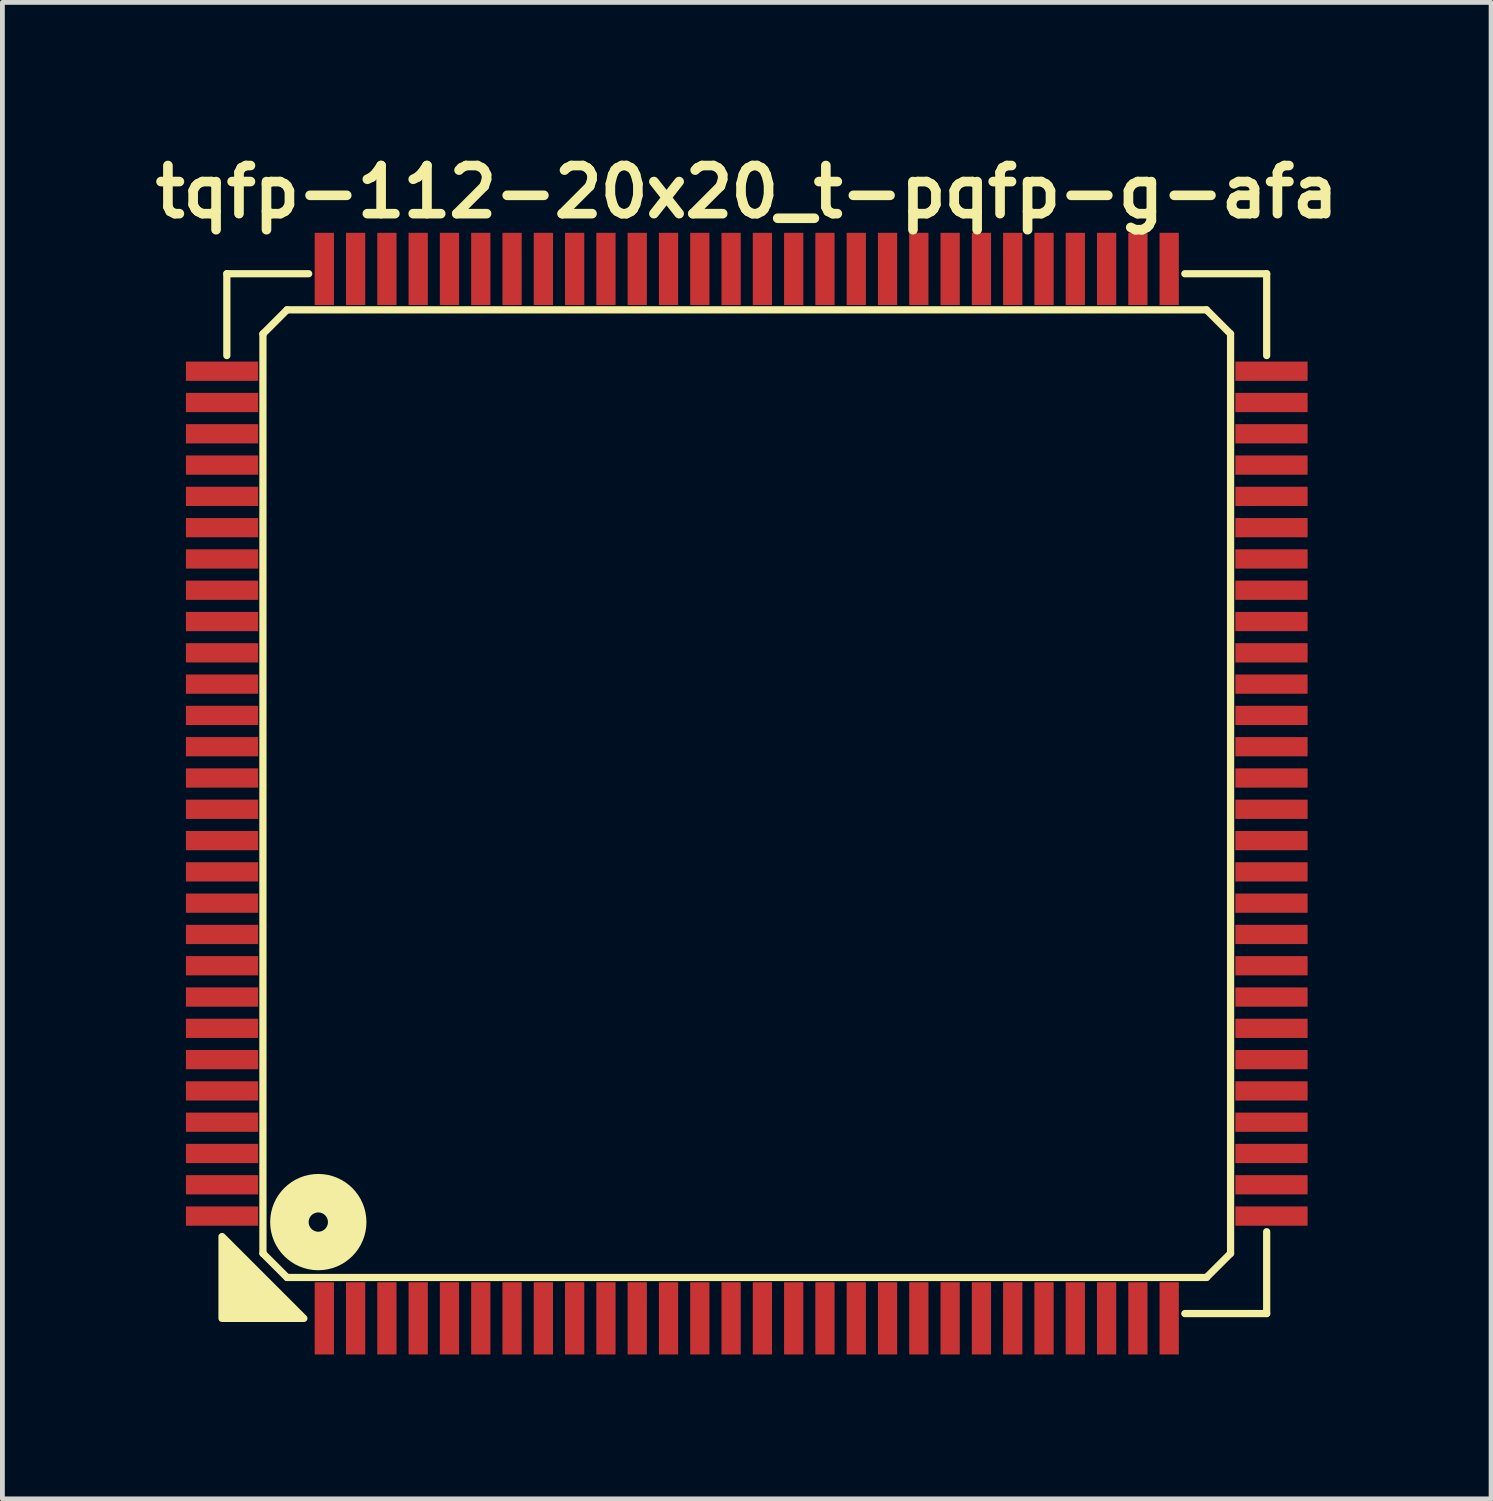
<source format=kicad_pcb>
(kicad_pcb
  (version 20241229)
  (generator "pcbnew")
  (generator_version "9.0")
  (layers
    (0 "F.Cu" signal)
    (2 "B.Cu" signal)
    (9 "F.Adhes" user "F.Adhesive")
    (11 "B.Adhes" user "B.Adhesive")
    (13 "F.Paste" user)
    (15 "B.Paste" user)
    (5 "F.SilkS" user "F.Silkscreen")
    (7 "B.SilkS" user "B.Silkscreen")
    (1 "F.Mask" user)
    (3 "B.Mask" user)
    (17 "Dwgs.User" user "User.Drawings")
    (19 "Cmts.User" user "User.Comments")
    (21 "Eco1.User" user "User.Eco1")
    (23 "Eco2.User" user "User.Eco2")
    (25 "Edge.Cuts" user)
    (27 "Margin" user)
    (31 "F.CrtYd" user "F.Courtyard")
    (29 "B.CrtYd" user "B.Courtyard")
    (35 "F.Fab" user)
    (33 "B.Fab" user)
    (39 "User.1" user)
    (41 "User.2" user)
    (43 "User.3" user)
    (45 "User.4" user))
  (footprint "tqfp-112-20x20_t-pqfp-g-afa"
    (layer "F.Cu")
    (at 12.462 13.436)
    (property "Reference" "tqfp-112-20x20_t-pqfp-g-afa" (at 0 -12.5 0) (layer "F.SilkS") (effects (font (size 1 1) (thickness 0.2))))
    (attr smd)
    (fp_line (start -10.8 -10.8) (end -9.1 -10.8) (stroke (width 0.15) (type solid)) (layer "F.SilkS"))
    (fp_line (start -10.8 -9.1) (end -10.8 -10.8) (stroke (width 0.15) (type solid)) (layer "F.SilkS"))
    (fp_line (start -10.05 -9.55) (end -9.55 -10.05) (stroke (width 0.15) (type solid)) (layer "F.SilkS"))
    (fp_line (start -10.05 9.55) (end -10.05 -9.55) (stroke (width 0.15) (type solid)) (layer "F.SilkS"))
    (fp_line (start -9.55 -10.05) (end 9.55 -10.05) (stroke (width 0.15) (type solid)) (layer "F.SilkS"))
    (fp_line (start -9.55 10.05) (end -10.05 9.55) (stroke (width 0.15) (type solid)) (layer "F.SilkS"))
    (fp_line (start 9.1 -10.8) (end 10.8 -10.8) (stroke (width 0.15) (type solid)) (layer "F.SilkS"))
    (fp_line (start 9.55 -10.05) (end 10.05 -9.55) (stroke (width 0.15) (type solid)) (layer "F.SilkS"))
    (fp_line (start 9.55 10.05) (end -9.55 10.05) (stroke (width 0.15) (type solid)) (layer "F.SilkS"))
    (fp_line (start 10.05 -9.55) (end 10.05 9.55) (stroke (width 0.15) (type solid)) (layer "F.SilkS"))
    (fp_line (start 10.05 9.55) (end 9.55 10.05) (stroke (width 0.15) (type solid)) (layer "F.SilkS"))
    (fp_line (start 10.8 -10.8) (end 10.8 -9.1) (stroke (width 0.15) (type solid)) (layer "F.SilkS"))
    (fp_line (start 10.8 9.1) (end 10.8 10.8) (stroke (width 0.15) (type solid)) (layer "F.SilkS"))
    (fp_line (start 10.8 10.8) (end 9.1 10.8) (stroke (width 0.15) (type solid)) (layer "F.SilkS"))
    (fp_circle (center -8.9 8.9) (end -8.7 8.9) (stroke (width 0.8) (type solid)) (fill no) (layer "F.SilkS"))
    (fp_poly (pts (xy -9.2 10.9) (xy -10.9 10.9) (xy -10.9 9.2)) (stroke (width 0.15) (type solid)) (fill yes) (layer "F.SilkS"))
    (pad "1" smd rect (at -8.775 10.9) (size 0.4 1.5) (layers "F.Cu" "F.Mask" "F.Paste"))
    (pad "2" smd rect (at -8.125 10.9) (size 0.4 1.5) (layers "F.Cu" "F.Mask" "F.Paste"))
    (pad "3" smd rect (at -7.475 10.9) (size 0.4 1.5) (layers "F.Cu" "F.Mask" "F.Paste"))
    (pad "4" smd rect (at -6.825 10.9) (size 0.4 1.5) (layers "F.Cu" "F.Mask" "F.Paste"))
    (pad "5" smd rect (at -6.175 10.9) (size 0.4 1.5) (layers "F.Cu" "F.Mask" "F.Paste"))
    (pad "6" smd rect (at -5.525 10.9) (size 0.4 1.5) (layers "F.Cu" "F.Mask" "F.Paste"))
    (pad "7" smd rect (at -4.875 10.9) (size 0.4 1.5) (layers "F.Cu" "F.Mask" "F.Paste"))
    (pad "8" smd rect (at -4.225 10.9) (size 0.4 1.5) (layers "F.Cu" "F.Mask" "F.Paste"))
    (pad "9" smd rect (at -3.575 10.9) (size 0.4 1.5) (layers "F.Cu" "F.Mask" "F.Paste"))
    (pad "10" smd rect (at -2.925 10.9) (size 0.4 1.5) (layers "F.Cu" "F.Mask" "F.Paste"))
    (pad "11" smd rect (at -2.275 10.9) (size 0.4 1.5) (layers "F.Cu" "F.Mask" "F.Paste"))
    (pad "12" smd rect (at -1.625 10.9) (size 0.4 1.5) (layers "F.Cu" "F.Mask" "F.Paste"))
    (pad "13" smd rect (at -0.975 10.9) (size 0.4 1.5) (layers "F.Cu" "F.Mask" "F.Paste"))
    (pad "14" smd rect (at -0.325 10.9) (size 0.4 1.5) (layers "F.Cu" "F.Mask" "F.Paste"))
    (pad "15" smd rect (at 0.325 10.9) (size 0.4 1.5) (layers "F.Cu" "F.Mask" "F.Paste"))
    (pad "16" smd rect (at 0.975 10.9) (size 0.4 1.5) (layers "F.Cu" "F.Mask" "F.Paste"))
    (pad "17" smd rect (at 1.625 10.9) (size 0.4 1.5) (layers "F.Cu" "F.Mask" "F.Paste"))
    (pad "18" smd rect (at 2.275 10.9) (size 0.4 1.5) (layers "F.Cu" "F.Mask" "F.Paste"))
    (pad "19" smd rect (at 2.925 10.9) (size 0.4 1.5) (layers "F.Cu" "F.Mask" "F.Paste"))
    (pad "20" smd rect (at 3.575 10.9) (size 0.4 1.5) (layers "F.Cu" "F.Mask" "F.Paste"))
    (pad "21" smd rect (at 4.225 10.9) (size 0.4 1.5) (layers "F.Cu" "F.Mask" "F.Paste"))
    (pad "22" smd rect (at 4.875 10.9) (size 0.4 1.5) (layers "F.Cu" "F.Mask" "F.Paste"))
    (pad "23" smd rect (at 5.525 10.9) (size 0.4 1.5) (layers "F.Cu" "F.Mask" "F.Paste"))
    (pad "24" smd rect (at 6.175 10.9) (size 0.4 1.5) (layers "F.Cu" "F.Mask" "F.Paste"))
    (pad "25" smd rect (at 6.825 10.9) (size 0.4 1.5) (layers "F.Cu" "F.Mask" "F.Paste"))
    (pad "26" smd rect (at 7.475 10.9) (size 0.4 1.5) (layers "F.Cu" "F.Mask" "F.Paste"))
    (pad "27" smd rect (at 8.125 10.9) (size 0.4 1.5) (layers "F.Cu" "F.Mask" "F.Paste"))
    (pad "28" smd rect (at 8.775 10.9) (size 0.4 1.5) (layers "F.Cu" "F.Mask" "F.Paste"))
    (pad "29" smd rect (at 10.9 8.775) (size 1.5 0.4) (layers "F.Cu" "F.Mask" "F.Paste"))
    (pad "30" smd rect (at 10.9 8.125) (size 1.5 0.4) (layers "F.Cu" "F.Mask" "F.Paste"))
    (pad "31" smd rect (at 10.9 7.475) (size 1.5 0.4) (layers "F.Cu" "F.Mask" "F.Paste"))
    (pad "32" smd rect (at 10.9 6.825) (size 1.5 0.4) (layers "F.Cu" "F.Mask" "F.Paste"))
    (pad "33" smd rect (at 10.9 6.175) (size 1.5 0.4) (layers "F.Cu" "F.Mask" "F.Paste"))
    (pad "34" smd rect (at 10.9 5.525) (size 1.5 0.4) (layers "F.Cu" "F.Mask" "F.Paste"))
    (pad "35" smd rect (at 10.9 4.875) (size 1.5 0.4) (layers "F.Cu" "F.Mask" "F.Paste"))
    (pad "36" smd rect (at 10.9 4.225) (size 1.5 0.4) (layers "F.Cu" "F.Mask" "F.Paste"))
    (pad "37" smd rect (at 10.9 3.575) (size 1.5 0.4) (layers "F.Cu" "F.Mask" "F.Paste"))
    (pad "38" smd rect (at 10.9 2.925) (size 1.5 0.4) (layers "F.Cu" "F.Mask" "F.Paste"))
    (pad "39" smd rect (at 10.9 2.275) (size 1.5 0.4) (layers "F.Cu" "F.Mask" "F.Paste"))
    (pad "40" smd rect (at 10.9 1.625) (size 1.5 0.4) (layers "F.Cu" "F.Mask" "F.Paste"))
    (pad "41" smd rect (at 10.9 0.975) (size 1.5 0.4) (layers "F.Cu" "F.Mask" "F.Paste"))
    (pad "42" smd rect (at 10.9 0.325) (size 1.5 0.4) (layers "F.Cu" "F.Mask" "F.Paste"))
    (pad "43" smd rect (at 10.9 -0.325) (size 1.5 0.4) (layers "F.Cu" "F.Mask" "F.Paste"))
    (pad "44" smd rect (at 10.9 -0.975) (size 1.5 0.4) (layers "F.Cu" "F.Mask" "F.Paste"))
    (pad "45" smd rect (at 10.9 -1.625) (size 1.5 0.4) (layers "F.Cu" "F.Mask" "F.Paste"))
    (pad "46" smd rect (at 10.9 -2.275) (size 1.5 0.4) (layers "F.Cu" "F.Mask" "F.Paste"))
    (pad "47" smd rect (at 10.9 -2.925) (size 1.5 0.4) (layers "F.Cu" "F.Mask" "F.Paste"))
    (pad "48" smd rect (at 10.9 -3.575) (size 1.5 0.4) (layers "F.Cu" "F.Mask" "F.Paste"))
    (pad "49" smd rect (at 10.9 -4.225) (size 1.5 0.4) (layers "F.Cu" "F.Mask" "F.Paste"))
    (pad "50" smd rect (at 10.9 -4.875) (size 1.5 0.4) (layers "F.Cu" "F.Mask" "F.Paste"))
    (pad "51" smd rect (at 10.9 -5.525) (size 1.5 0.4) (layers "F.Cu" "F.Mask" "F.Paste"))
    (pad "52" smd rect (at 10.9 -6.175) (size 1.5 0.4) (layers "F.Cu" "F.Mask" "F.Paste"))
    (pad "53" smd rect (at 10.9 -6.825) (size 1.5 0.4) (layers "F.Cu" "F.Mask" "F.Paste"))
    (pad "54" smd rect (at 10.9 -7.475) (size 1.5 0.4) (layers "F.Cu" "F.Mask" "F.Paste"))
    (pad "55" smd rect (at 10.9 -8.125) (size 1.5 0.4) (layers "F.Cu" "F.Mask" "F.Paste"))
    (pad "56" smd rect (at 10.9 -8.775) (size 1.5 0.4) (layers "F.Cu" "F.Mask" "F.Paste"))
    (pad "57" smd rect (at 8.775 -10.9) (size 0.4 1.5) (layers "F.Cu" "F.Mask" "F.Paste"))
    (pad "58" smd rect (at 8.125 -10.9) (size 0.4 1.5) (layers "F.Cu" "F.Mask" "F.Paste"))
    (pad "59" smd rect (at 7.475 -10.9) (size 0.4 1.5) (layers "F.Cu" "F.Mask" "F.Paste"))
    (pad "60" smd rect (at 6.825 -10.9) (size 0.4 1.5) (layers "F.Cu" "F.Mask" "F.Paste"))
    (pad "61" smd rect (at 6.175 -10.9) (size 0.4 1.5) (layers "F.Cu" "F.Mask" "F.Paste"))
    (pad "62" smd rect (at 5.525 -10.9) (size 0.4 1.5) (layers "F.Cu" "F.Mask" "F.Paste"))
    (pad "63" smd rect (at 4.875 -10.9) (size 0.4 1.5) (layers "F.Cu" "F.Mask" "F.Paste"))
    (pad "64" smd rect (at 4.225 -10.9) (size 0.4 1.5) (layers "F.Cu" "F.Mask" "F.Paste"))
    (pad "65" smd rect (at 3.575 -10.9) (size 0.4 1.5) (layers "F.Cu" "F.Mask" "F.Paste"))
    (pad "66" smd rect (at 2.925 -10.9) (size 0.4 1.5) (layers "F.Cu" "F.Mask" "F.Paste"))
    (pad "67" smd rect (at 2.275 -10.9) (size 0.4 1.5) (layers "F.Cu" "F.Mask" "F.Paste"))
    (pad "68" smd rect (at 1.625 -10.9) (size 0.4 1.5) (layers "F.Cu" "F.Mask" "F.Paste"))
    (pad "69" smd rect (at 0.975 -10.9) (size 0.4 1.5) (layers "F.Cu" "F.Mask" "F.Paste"))
    (pad "70" smd rect (at 0.325 -10.9) (size 0.4 1.5) (layers "F.Cu" "F.Mask" "F.Paste"))
    (pad "71" smd rect (at -0.325 -10.9) (size 0.4 1.5) (layers "F.Cu" "F.Mask" "F.Paste"))
    (pad "72" smd rect (at -0.975 -10.9) (size 0.4 1.5) (layers "F.Cu" "F.Mask" "F.Paste"))
    (pad "73" smd rect (at -1.625 -10.9) (size 0.4 1.5) (layers "F.Cu" "F.Mask" "F.Paste"))
    (pad "74" smd rect (at -2.275 -10.9) (size 0.4 1.5) (layers "F.Cu" "F.Mask" "F.Paste"))
    (pad "75" smd rect (at -2.925 -10.9) (size 0.4 1.5) (layers "F.Cu" "F.Mask" "F.Paste"))
    (pad "76" smd rect (at -3.575 -10.9) (size 0.4 1.5) (layers "F.Cu" "F.Mask" "F.Paste"))
    (pad "77" smd rect (at -4.225 -10.9) (size 0.4 1.5) (layers "F.Cu" "F.Mask" "F.Paste"))
    (pad "78" smd rect (at -4.875 -10.9) (size 0.4 1.5) (layers "F.Cu" "F.Mask" "F.Paste"))
    (pad "79" smd rect (at -5.525 -10.9) (size 0.4 1.5) (layers "F.Cu" "F.Mask" "F.Paste"))
    (pad "80" smd rect (at -6.175 -10.9) (size 0.4 1.5) (layers "F.Cu" "F.Mask" "F.Paste"))
    (pad "81" smd rect (at -6.825 -10.9) (size 0.4 1.5) (layers "F.Cu" "F.Mask" "F.Paste"))
    (pad "82" smd rect (at -7.475 -10.9) (size 0.4 1.5) (layers "F.Cu" "F.Mask" "F.Paste"))
    (pad "83" smd rect (at -8.125 -10.9) (size 0.4 1.5) (layers "F.Cu" "F.Mask" "F.Paste"))
    (pad "84" smd rect (at -8.775 -10.9) (size 0.4 1.5) (layers "F.Cu" "F.Mask" "F.Paste"))
    (pad "85" smd rect (at -10.9 -8.775) (size 1.5 0.4) (layers "F.Cu" "F.Mask" "F.Paste"))
    (pad "86" smd rect (at -10.9 -8.125) (size 1.5 0.4) (layers "F.Cu" "F.Mask" "F.Paste"))
    (pad "87" smd rect (at -10.9 -7.475) (size 1.5 0.4) (layers "F.Cu" "F.Mask" "F.Paste"))
    (pad "88" smd rect (at -10.9 -6.825) (size 1.5 0.4) (layers "F.Cu" "F.Mask" "F.Paste"))
    (pad "89" smd rect (at -10.9 -6.175) (size 1.5 0.4) (layers "F.Cu" "F.Mask" "F.Paste"))
    (pad "90" smd rect (at -10.9 -5.525) (size 1.5 0.4) (layers "F.Cu" "F.Mask" "F.Paste"))
    (pad "91" smd rect (at -10.9 -4.875) (size 1.5 0.4) (layers "F.Cu" "F.Mask" "F.Paste"))
    (pad "92" smd rect (at -10.9 -4.225) (size 1.5 0.4) (layers "F.Cu" "F.Mask" "F.Paste"))
    (pad "93" smd rect (at -10.9 -3.575) (size 1.5 0.4) (layers "F.Cu" "F.Mask" "F.Paste"))
    (pad "94" smd rect (at -10.9 -2.925) (size 1.5 0.4) (layers "F.Cu" "F.Mask" "F.Paste"))
    (pad "95" smd rect (at -10.9 -2.275) (size 1.5 0.4) (layers "F.Cu" "F.Mask" "F.Paste"))
    (pad "96" smd rect (at -10.9 -1.625) (size 1.5 0.4) (layers "F.Cu" "F.Mask" "F.Paste"))
    (pad "97" smd rect (at -10.9 -0.975) (size 1.5 0.4) (layers "F.Cu" "F.Mask" "F.Paste"))
    (pad "98" smd rect (at -10.9 -0.325) (size 1.5 0.4) (layers "F.Cu" "F.Mask" "F.Paste"))
    (pad "99" smd rect (at -10.9 0.325) (size 1.5 0.4) (layers "F.Cu" "F.Mask" "F.Paste"))
    (pad "100" smd rect (at -10.9 0.975) (size 1.5 0.4) (layers "F.Cu" "F.Mask" "F.Paste"))
    (pad "101" smd rect (at -10.9 1.625) (size 1.5 0.4) (layers "F.Cu" "F.Mask" "F.Paste"))
    (pad "102" smd rect (at -10.9 2.275) (size 1.5 0.4) (layers "F.Cu" "F.Mask" "F.Paste"))
    (pad "103" smd rect (at -10.9 2.925) (size 1.5 0.4) (layers "F.Cu" "F.Mask" "F.Paste"))
    (pad "104" smd rect (at -10.9 3.575) (size 1.5 0.4) (layers "F.Cu" "F.Mask" "F.Paste"))
    (pad "105" smd rect (at -10.9 4.225) (size 1.5 0.4) (layers "F.Cu" "F.Mask" "F.Paste"))
    (pad "106" smd rect (at -10.9 4.875) (size 1.5 0.4) (layers "F.Cu" "F.Mask" "F.Paste"))
    (pad "107" smd rect (at -10.9 5.525) (size 1.5 0.4) (layers "F.Cu" "F.Mask" "F.Paste"))
    (pad "108" smd rect (at -10.9 6.175) (size 1.5 0.4) (layers "F.Cu" "F.Mask" "F.Paste"))
    (pad "109" smd rect (at -10.9 6.825) (size 1.5 0.4) (layers "F.Cu" "F.Mask" "F.Paste"))
    (pad "110" smd rect (at -10.9 7.475) (size 1.5 0.4) (layers "F.Cu" "F.Mask" "F.Paste"))
    (pad "111" smd rect (at -10.9 8.125) (size 1.5 0.4) (layers "F.Cu" "F.Mask" "F.Paste"))
    (pad "112" smd rect (at -10.9 8.775) (size 1.5 0.4) (layers "F.Cu" "F.Mask" "F.Paste")))
  (gr_rect
    (start -3 -3)
    (end 27.924 28.086)
    (stroke (width 0.1) (type default))
    (fill no)
    (layer "Edge.Cuts")))
</source>
